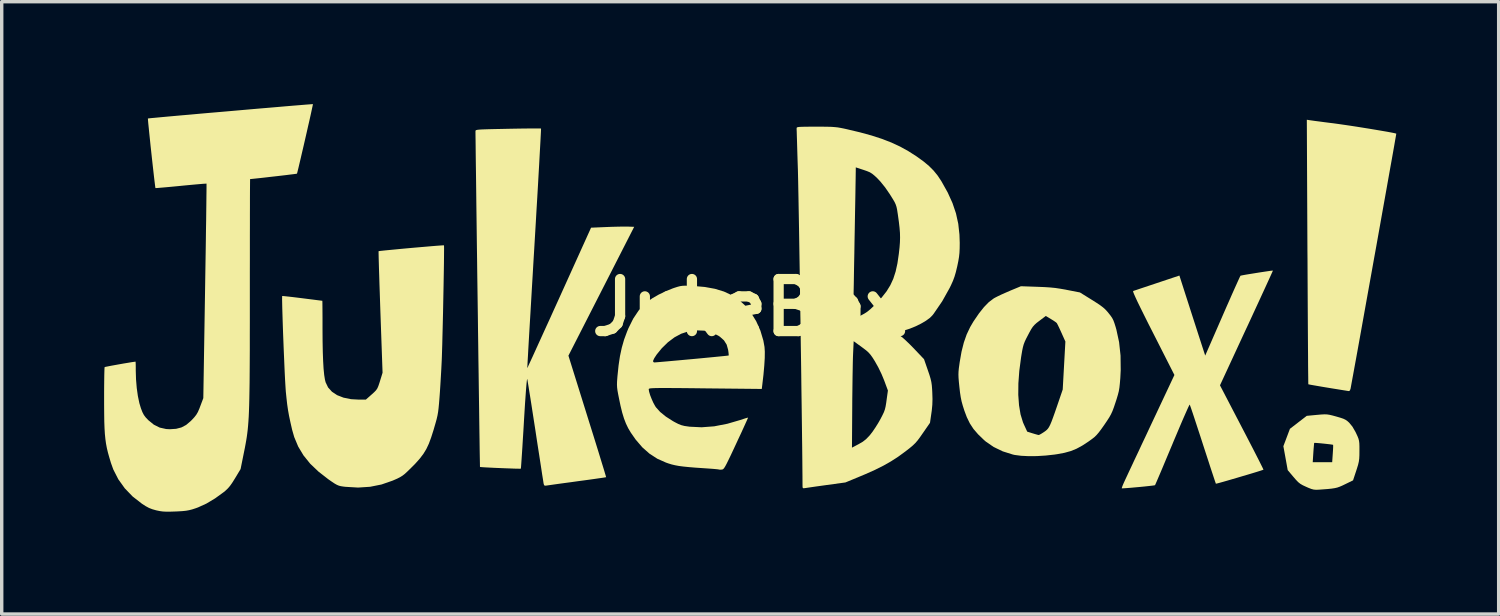
<source format=kicad_pcb>
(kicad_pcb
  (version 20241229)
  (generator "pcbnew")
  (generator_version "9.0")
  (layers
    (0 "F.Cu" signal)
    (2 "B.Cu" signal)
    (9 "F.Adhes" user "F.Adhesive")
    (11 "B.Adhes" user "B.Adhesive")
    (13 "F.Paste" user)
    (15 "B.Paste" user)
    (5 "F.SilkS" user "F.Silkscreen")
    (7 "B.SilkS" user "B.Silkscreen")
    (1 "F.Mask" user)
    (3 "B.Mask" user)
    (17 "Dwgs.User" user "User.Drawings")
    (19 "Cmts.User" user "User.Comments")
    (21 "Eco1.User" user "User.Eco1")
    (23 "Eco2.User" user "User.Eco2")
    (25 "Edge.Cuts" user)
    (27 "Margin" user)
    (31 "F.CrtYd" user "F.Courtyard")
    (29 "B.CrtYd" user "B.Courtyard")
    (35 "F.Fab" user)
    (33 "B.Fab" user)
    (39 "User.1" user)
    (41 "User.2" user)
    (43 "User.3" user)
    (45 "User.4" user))
  (footprint "JukeBox"
    (layer "F.Cu")
    (at 18.925 5.959)
    (property "Reference" "JukeBox" (at 0 0 0) (layer "F.SilkS") (effects (font (size 1.524 1.524) (thickness 0.3))))
    (attr board_only exclude_from_pos_files exclude_from_bom)
    (fp_poly (pts (xy 16.897 3.131) (xy 16.971 3.142) (xy 17.061 3.163) (xy 17.167 3.192) (xy 17.291 3.228) (xy 17.379 3.258) (xy 17.443 3.289) (xy 17.497 3.327) (xy 17.547 3.372) (xy 17.643 3.488) (xy 17.734 3.645) (xy 17.753 3.685) (xy 17.794 3.773) (xy 17.821 3.842) (xy 17.837 3.905) (xy 17.846 3.977) (xy 17.849 4.07) (xy 17.849 4.193) (xy 17.848 4.327) (xy 17.843 4.428) (xy 17.831 4.516) (xy 17.81 4.606) (xy 17.776 4.717) (xy 17.756 4.779) (xy 17.662 5.063) (xy 17.428 5.177) (xy 17.341 5.219) (xy 17.268 5.25) (xy 17.199 5.274) (xy 17.124 5.291) (xy 17.033 5.305) (xy 16.917 5.317) (xy 16.767 5.328) (xy 16.661 5.336) (xy 16.578 5.339) (xy 16.51 5.333) (xy 16.44 5.315) (xy 16.351 5.28) (xy 16.292 5.254) (xy 16.193 5.208) (xy 16.118 5.165) (xy 16.054 5.114) (xy 15.987 5.044) (xy 15.916 4.962) (xy 15.748 4.763) (xy 15.706 4.53) (xy 16.481 4.53) (xy 17.051 4.53) (xy 17.068 4.281) (xy 17.075 4.175) (xy 17.079 4.09) (xy 17.079 4.036) (xy 17.077 4.022) (xy 17.05 4.016) (xy 16.987 4.007) (xy 16.899 3.997) (xy 16.799 3.986) (xy 16.699 3.976) (xy 16.612 3.969) (xy 16.55 3.965) (xy 16.524 3.966) (xy 16.52 3.992) (xy 16.514 4.058) (xy 16.506 4.152) (xy 16.499 4.252) (xy 16.481 4.53) (xy 15.706 4.53) (xy 15.621 4.062) (xy 15.813 3.553) (xy 16.059 3.363) (xy 16.306 3.173) (xy 16.601 3.145) (xy 16.727 3.134) (xy 16.821 3.129)) (stroke (width 0) (type solid)) (fill yes) (layer "F.SilkS"))
    (fp_poly (pts (xy 16.404 -5.486) (xy 16.456 -5.479) (xy 16.548 -5.466) (xy 16.673 -5.45) (xy 16.822 -5.43) (xy 16.988 -5.409) (xy 17.094 -5.396) (xy 17.231 -5.377) (xy 17.391 -5.354) (xy 17.569 -5.328) (xy 17.759 -5.299) (xy 17.953 -5.268) (xy 18.146 -5.237) (xy 18.331 -5.206) (xy 18.502 -5.177) (xy 18.653 -5.151) (xy 18.777 -5.128) (xy 18.868 -5.11) (xy 18.919 -5.097) (xy 18.928 -5.094) (xy 18.925 -5.069) (xy 18.913 -4.999) (xy 18.893 -4.887) (xy 18.867 -4.736) (xy 18.834 -4.548) (xy 18.795 -4.329) (xy 18.75 -4.079) (xy 18.701 -3.804) (xy 18.648 -3.505) (xy 18.591 -3.187) (xy 18.531 -2.852) (xy 18.469 -2.504) (xy 18.405 -2.145) (xy 18.34 -1.78) (xy 18.273 -1.411) (xy 18.207 -1.041) (xy 18.141 -0.674) (xy 18.076 -0.313) (xy 18.013 0.038) (xy 17.952 0.378) (xy 17.894 0.702) (xy 17.839 1.007) (xy 17.788 1.29) (xy 17.741 1.548) (xy 17.699 1.777) (xy 17.663 1.975) (xy 17.633 2.138) (xy 17.61 2.263) (xy 17.595 2.346) (xy 17.588 2.383) (xy 17.568 2.431) (xy 17.544 2.448) (xy 17.512 2.444) (xy 17.439 2.432) (xy 17.331 2.415) (xy 17.196 2.393) (xy 17.04 2.368) (xy 16.937 2.351) (xy 16.774 2.324) (xy 16.629 2.299) (xy 16.507 2.278) (xy 16.416 2.262) (xy 16.363 2.251) (xy 16.352 2.248) (xy 16.351 2.223) (xy 16.35 2.151) (xy 16.349 2.035) (xy 16.347 1.877) (xy 16.345 1.68) (xy 16.344 1.447) (xy 16.342 1.181) (xy 16.34 0.884) (xy 16.338 0.558) (xy 16.336 0.207) (xy 16.334 -0.167) (xy 16.332 -0.562) (xy 16.33 -0.974) (xy 16.328 -1.401) (xy 16.326 -1.63) (xy 16.308 -5.501)) (stroke (width 0) (type solid)) (fill yes) (layer "F.SilkS"))
    (fp_poly (pts (xy 15.314 -1.082) (xy 15.305 -1.059) (xy 15.276 -0.995) (xy 15.23 -0.893) (xy 15.168 -0.757) (xy 15.091 -0.589) (xy 15.001 -0.394) (xy 14.901 -0.176) (xy 14.79 0.064) (xy 14.672 0.32) (xy 14.547 0.59) (xy 14.541 0.601) (xy 13.764 2.279) (xy 14.405 3.51) (xy 14.524 3.738) (xy 14.635 3.953) (xy 14.737 4.15) (xy 14.827 4.326) (xy 14.904 4.477) (xy 14.965 4.599) (xy 15.009 4.687) (xy 15.033 4.739) (xy 15.038 4.75) (xy 15.012 4.76) (xy 14.946 4.782) (xy 14.847 4.813) (xy 14.723 4.851) (xy 14.58 4.894) (xy 14.427 4.939) (xy 14.269 4.986) (xy 14.115 5.031) (xy 13.971 5.073) (xy 13.845 5.109) (xy 13.744 5.137) (xy 13.675 5.155) (xy 13.645 5.161) (xy 13.644 5.161) (xy 13.635 5.136) (xy 13.612 5.069) (xy 13.577 4.964) (xy 13.531 4.825) (xy 13.476 4.658) (xy 13.414 4.466) (xy 13.345 4.255) (xy 13.271 4.028) (xy 13.264 4.006) (xy 13.19 3.777) (xy 13.12 3.564) (xy 13.056 3.369) (xy 13 3.198) (xy 12.952 3.055) (xy 12.915 2.945) (xy 12.889 2.873) (xy 12.877 2.843) (xy 12.877 2.842) (xy 12.865 2.861) (xy 12.835 2.921) (xy 12.791 3.019) (xy 12.733 3.15) (xy 12.663 3.31) (xy 12.584 3.495) (xy 12.497 3.701) (xy 12.403 3.923) (xy 12.369 4.006) (xy 12.273 4.234) (xy 12.183 4.448) (xy 12.101 4.645) (xy 12.028 4.818) (xy 11.965 4.965) (xy 11.916 5.08) (xy 11.881 5.16) (xy 11.863 5.2) (xy 11.861 5.204) (xy 11.834 5.21) (xy 11.768 5.219) (xy 11.67 5.23) (xy 11.55 5.243) (xy 11.418 5.256) (xy 11.282 5.268) (xy 11.153 5.28) (xy 11.038 5.289) (xy 10.947 5.295) (xy 10.889 5.298) (xy 10.888 5.298) (xy 10.89 5.277) (xy 10.909 5.222) (xy 10.943 5.142) (xy 10.965 5.094) (xy 10.992 5.035) (xy 11.038 4.937) (xy 11.101 4.802) (xy 11.179 4.636) (xy 11.269 4.443) (xy 11.371 4.228) (xy 11.48 3.994) (xy 11.597 3.747) (xy 11.717 3.49) (xy 11.744 3.433) (xy 12.429 1.976) (xy 11.808 0.753) (xy 11.659 0.46) (xy 11.534 0.209) (xy 11.43 -0.001) (xy 11.347 -0.171) (xy 11.286 -0.303) (xy 11.244 -0.398) (xy 11.222 -0.457) (xy 11.218 -0.482) (xy 11.219 -0.483) (xy 11.25 -0.494) (xy 11.322 -0.518) (xy 11.428 -0.554) (xy 11.563 -0.599) (xy 11.719 -0.651) (xy 11.89 -0.708) (xy 11.913 -0.716) (xy 12.575 -0.937) (xy 12.763 -0.351) (xy 12.831 -0.141) (xy 12.907 0.097) (xy 12.987 0.345) (xy 13.065 0.586) (xy 13.134 0.8) (xy 13.141 0.822) (xy 13.331 1.408) (xy 13.839 0.244) (xy 13.937 0.019) (xy 14.031 -0.193) (xy 14.116 -0.387) (xy 14.192 -0.557) (xy 14.257 -0.701) (xy 14.308 -0.814) (xy 14.344 -0.892) (xy 14.363 -0.929) (xy 14.365 -0.932) (xy 14.394 -0.939) (xy 14.461 -0.952) (xy 14.558 -0.969) (xy 14.676 -0.988) (xy 14.806 -1.009) (xy 14.937 -1.03) (xy 15.062 -1.049) (xy 15.171 -1.065) (xy 15.255 -1.077) (xy 15.305 -1.082)) (stroke (width 0) (type solid)) (fill yes) (layer "F.SilkS"))
    (fp_poly (pts (xy 8.417 -0.607) (xy 8.62 -0.599) (xy 8.789 -0.588) (xy 8.94 -0.573) (xy 9.087 -0.551) (xy 9.248 -0.523) (xy 9.28 -0.516) (xy 9.661 -0.442) (xy 10.011 -0.225) (xy 10.15 -0.137) (xy 10.256 -0.066) (xy 10.338 -0.004) (xy 10.404 0.055) (xy 10.464 0.12) (xy 10.501 0.165) (xy 10.561 0.241) (xy 10.606 0.307) (xy 10.641 0.375) (xy 10.672 0.458) (xy 10.707 0.569) (xy 10.729 0.647) (xy 10.808 1.012) (xy 10.851 1.407) (xy 10.856 1.833) (xy 10.844 2.069) (xy 10.831 2.223) (xy 10.818 2.345) (xy 10.8 2.451) (xy 10.773 2.557) (xy 10.736 2.681) (xy 10.702 2.785) (xy 10.655 2.925) (xy 10.614 3.034) (xy 10.571 3.127) (xy 10.521 3.217) (xy 10.455 3.319) (xy 10.369 3.446) (xy 10.281 3.57) (xy 10.211 3.662) (xy 10.15 3.733) (xy 10.089 3.793) (xy 10.017 3.85) (xy 9.926 3.915) (xy 9.916 3.923) (xy 9.731 4.044) (xy 9.562 4.136) (xy 9.392 4.205) (xy 9.208 4.256) (xy 8.993 4.296) (xy 8.92 4.307) (xy 8.658 4.336) (xy 8.401 4.352) (xy 8.157 4.354) (xy 7.938 4.343) (xy 7.753 4.319) (xy 7.698 4.307) (xy 7.402 4.214) (xy 7.135 4.086) (xy 6.903 3.926) (xy 6.849 3.879) (xy 6.678 3.714) (xy 6.543 3.557) (xy 6.436 3.394) (xy 6.347 3.211) (xy 6.275 3.019) (xy 6.229 2.874) (xy 6.194 2.748) (xy 6.169 2.625) (xy 6.159 2.559) (xy 7.855 2.559) (xy 7.877 2.863) (xy 7.922 3.132) (xy 7.992 3.361) (xy 8.02 3.426) (xy 8.117 3.636) (xy 8.273 3.685) (xy 8.357 3.71) (xy 8.422 3.728) (xy 8.454 3.735) (xy 8.486 3.722) (xy 8.545 3.688) (xy 8.613 3.644) (xy 8.656 3.613) (xy 8.693 3.582) (xy 8.726 3.545) (xy 8.758 3.496) (xy 8.791 3.431) (xy 8.828 3.344) (xy 8.871 3.229) (xy 8.924 3.081) (xy 8.989 2.893) (xy 9.024 2.791) (xy 9.157 2.402) (xy 9.196 1.699) (xy 9.235 0.996) (xy 9.12 0.74) (xy 9.072 0.634) (xy 9.029 0.544) (xy 8.997 0.48) (xy 8.982 0.454) (xy 8.95 0.427) (xy 8.889 0.385) (xy 8.811 0.337) (xy 8.81 0.336) (xy 8.661 0.247) (xy 8.472 0.39) (xy 8.39 0.453) (xy 8.33 0.508) (xy 8.28 0.565) (xy 8.233 0.636) (xy 8.179 0.733) (xy 8.141 0.806) (xy 8.085 0.913) (xy 8.045 0.998) (xy 8.015 1.076) (xy 7.992 1.158) (xy 7.971 1.257) (xy 7.949 1.386) (xy 7.937 1.462) (xy 7.885 1.855) (xy 7.858 2.222) (xy 7.855 2.559) (xy 6.159 2.559) (xy 6.148 2.487) (xy 6.129 2.319) (xy 6.114 2.171) (xy 6.105 2.057) (xy 6.102 1.963) (xy 6.105 1.875) (xy 6.114 1.778) (xy 6.131 1.658) (xy 6.14 1.594) (xy 6.193 1.291) (xy 6.26 1.026) (xy 6.343 0.789) (xy 6.447 0.57) (xy 6.541 0.41) (xy 6.702 0.174) (xy 6.853 -0.016) (xy 6.996 -0.162) (xy 7.135 -0.266) (xy 7.164 -0.283) (xy 7.247 -0.326) (xy 7.36 -0.38) (xy 7.491 -0.438) (xy 7.622 -0.495) (xy 7.624 -0.496) (xy 7.933 -0.624)) (stroke (width 0) (type solid)) (fill yes) (layer "F.SilkS"))
    (fp_poly (pts (xy -8.969 -1.823) (xy -8.967 -1.796) (xy -8.966 -1.725) (xy -8.967 -1.614) (xy -8.968 -1.468) (xy -8.97 -1.292) (xy -8.973 -1.09) (xy -8.977 -0.868) (xy -8.981 -0.63) (xy -8.986 -0.381) (xy -8.991 -0.126) (xy -8.996 0.131) (xy -9.002 0.384) (xy -9.008 0.628) (xy -9.014 0.86) (xy -9.019 1.073) (xy -9.025 1.264) (xy -9.03 1.427) (xy -9.035 1.558) (xy -9.037 1.597) (xy -9.047 1.799) (xy -9.06 2.026) (xy -9.074 2.257) (xy -9.088 2.474) (xy -9.1 2.637) (xy -9.114 2.81) (xy -9.127 2.946) (xy -9.141 3.059) (xy -9.159 3.162) (xy -9.183 3.267) (xy -9.216 3.386) (xy -9.259 3.534) (xy -9.273 3.583) (xy -9.344 3.805) (xy -9.412 3.989) (xy -9.486 4.146) (xy -9.572 4.287) (xy -9.676 4.424) (xy -9.804 4.568) (xy -9.931 4.696) (xy -10.034 4.797) (xy -10.113 4.87) (xy -10.182 4.924) (xy -10.252 4.968) (xy -10.334 5.01) (xy -10.441 5.057) (xy -10.479 5.073) (xy -10.799 5.184) (xy -11.133 5.251) (xy -11.485 5.274) (xy -11.857 5.252) (xy -11.915 5.245) (xy -11.986 5.234) (xy -12.046 5.219) (xy -12.106 5.194) (xy -12.175 5.155) (xy -12.265 5.095) (xy -12.361 5.028) (xy -12.647 4.805) (xy -12.888 4.575) (xy -13.084 4.332) (xy -13.239 4.074) (xy -13.355 3.797) (xy -13.417 3.582) (xy -13.467 3.363) (xy -13.507 3.175) (xy -13.538 3.002) (xy -13.563 2.829) (xy -13.584 2.639) (xy -13.602 2.463) (xy -13.608 2.376) (xy -13.616 2.251) (xy -13.625 2.096) (xy -13.634 1.915) (xy -13.643 1.713) (xy -13.652 1.497) (xy -13.662 1.27) (xy -13.671 1.04) (xy -13.68 0.811) (xy -13.688 0.588) (xy -13.695 0.377) (xy -13.701 0.183) (xy -13.706 0.012) (xy -13.709 -0.13) (xy -13.711 -0.24) (xy -13.71 -0.311) (xy -13.708 -0.337) (xy -13.682 -0.337) (xy -13.614 -0.33) (xy -13.511 -0.319) (xy -13.379 -0.304) (xy -13.225 -0.285) (xy -13.119 -0.272) (xy -12.956 -0.251) (xy -12.81 -0.233) (xy -12.688 -0.217) (xy -12.597 -0.206) (xy -12.544 -0.199) (xy -12.533 -0.198) (xy -12.531 -0.174) (xy -12.53 -0.107) (xy -12.529 -0.001) (xy -12.528 0.136) (xy -12.527 0.301) (xy -12.527 0.485) (xy -12.527 0.618) (xy -12.525 0.982) (xy -12.519 1.298) (xy -12.509 1.567) (xy -12.496 1.792) (xy -12.478 1.973) (xy -12.456 2.112) (xy -12.436 2.191) (xy -12.364 2.341) (xy -12.25 2.467) (xy -12.099 2.567) (xy -11.912 2.64) (xy -11.692 2.685) (xy -11.458 2.698) (xy -11.258 2.698) (xy -11.088 2.548) (xy -11.011 2.478) (xy -10.958 2.423) (xy -10.921 2.368) (xy -10.891 2.3) (xy -10.859 2.205) (xy -10.843 2.154) (xy -10.768 1.91) (xy -10.831 0.134) (xy -10.841 -0.158) (xy -10.85 -0.435) (xy -10.859 -0.693) (xy -10.866 -0.929) (xy -10.873 -1.138) (xy -10.878 -1.317) (xy -10.882 -1.462) (xy -10.884 -1.568) (xy -10.885 -1.632) (xy -10.885 -1.65) (xy -10.859 -1.655) (xy -10.79 -1.663) (xy -10.685 -1.674) (xy -10.55 -1.687) (xy -10.392 -1.702) (xy -10.218 -1.719) (xy -10.033 -1.736) (xy -9.844 -1.753) (xy -9.659 -1.769) (xy -9.483 -1.784) (xy -9.322 -1.798) (xy -9.184 -1.809) (xy -9.075 -1.817) (xy -9.001 -1.822) (xy -8.97 -1.823)) (stroke (width 0) (type solid)) (fill yes) (layer "F.SilkS"))
    (fp_poly (pts (xy -1.813 -0.638) (xy -1.679 -0.632) (xy -1.664 -0.632) (xy -1.327 -0.602) (xy -1.029 -0.548) (xy -0.767 -0.468) (xy -0.535 -0.36) (xy -0.328 -0.223) (xy -0.158 -0.069) (xy 0.023 0.149) (xy 0.178 0.402) (xy 0.301 0.678) (xy 0.387 0.967) (xy 0.421 1.154) (xy 0.43 1.293) (xy 0.428 1.477) (xy 0.414 1.705) (xy 0.39 1.973) (xy 0.356 2.263) (xy 0.341 2.385) (xy -1.315 2.368) (xy -1.642 2.364) (xy -1.922 2.361) (xy -2.16 2.359) (xy -2.36 2.358) (xy -2.523 2.358) (xy -2.655 2.358) (xy -2.757 2.359) (xy -2.835 2.362) (xy -2.892 2.365) (xy -2.93 2.369) (xy -2.953 2.375) (xy -2.965 2.382) (xy -2.97 2.39) (xy -2.971 2.396) (xy -2.959 2.468) (xy -2.929 2.568) (xy -2.885 2.68) (xy -2.835 2.792) (xy -2.783 2.886) (xy -2.759 2.923) (xy -2.636 3.059) (xy -2.469 3.195) (xy -2.261 3.328) (xy -2.203 3.36) (xy -2.104 3.411) (xy -2.018 3.445) (xy -1.925 3.469) (xy -1.808 3.486) (xy -1.772 3.491) (xy -1.422 3.508) (xy -1.053 3.48) (xy -0.667 3.405) (xy -0.287 3.294) (xy -0.191 3.262) (xy -0.115 3.238) (xy -0.069 3.226) (xy -0.061 3.225) (xy -0.07 3.248) (xy -0.097 3.31) (xy -0.141 3.407) (xy -0.198 3.533) (xy -0.267 3.684) (xy -0.346 3.852) (xy -0.408 3.986) (xy -0.503 4.19) (xy -0.58 4.354) (xy -0.642 4.481) (xy -0.69 4.578) (xy -0.727 4.647) (xy -0.756 4.694) (xy -0.78 4.724) (xy -0.8 4.739) (xy -0.82 4.746) (xy -0.833 4.748) (xy -0.888 4.75) (xy -0.917 4.745) (xy -0.944 4.74) (xy -1.013 4.733) (xy -1.115 4.724) (xy -1.242 4.715) (xy -1.374 4.706) (xy -1.608 4.69) (xy -1.799 4.674) (xy -1.957 4.658) (xy -2.088 4.641) (xy -2.2 4.62) (xy -2.301 4.596) (xy -2.398 4.566) (xy -2.466 4.542) (xy -2.718 4.43) (xy -2.947 4.282) (xy -3.159 4.095) (xy -3.356 3.865) (xy -3.496 3.664) (xy -3.573 3.534) (xy -3.638 3.399) (xy -3.695 3.251) (xy -3.748 3.078) (xy -3.798 2.873) (xy -3.837 2.686) (xy -3.866 2.541) (xy -3.886 2.431) (xy -3.897 2.343) (xy -3.901 2.261) (xy -3.899 2.173) (xy -3.891 2.066) (xy -3.886 2.005) (xy -3.854 1.696) (xy -3.833 1.554) (xy -2.841 1.554) (xy -2.839 1.596) (xy -2.804 1.609) (xy -2.77 1.606) (xy -2.693 1.6) (xy -2.577 1.59) (xy -2.428 1.577) (xy -2.251 1.561) (xy -2.051 1.543) (xy -1.833 1.523) (xy -1.699 1.511) (xy -1.475 1.49) (xy -1.267 1.47) (xy -1.08 1.452) (xy -0.918 1.436) (xy -0.787 1.423) (xy -0.693 1.413) (xy -0.639 1.407) (xy -0.629 1.405) (xy -0.628 1.378) (xy -0.634 1.316) (xy -0.645 1.238) (xy -0.688 1.086) (xy -0.767 0.961) (xy -0.886 0.855) (xy -0.935 0.823) (xy -1.129 0.729) (xy -1.338 0.678) (xy -1.565 0.669) (xy -1.815 0.702) (xy -1.829 0.705) (xy -2.021 0.768) (xy -2.216 0.873) (xy -2.408 1.017) (xy -2.588 1.193) (xy -2.738 1.377) (xy -2.807 1.482) (xy -2.841 1.554) (xy -3.833 1.554) (xy -3.813 1.423) (xy -3.76 1.176) (xy -3.693 0.941) (xy -3.607 0.709) (xy -3.566 0.609) (xy -3.426 0.327) (xy -3.268 0.09) (xy -3.091 -0.103) (xy -3.017 -0.165) (xy -2.864 -0.272) (xy -2.678 -0.379) (xy -2.472 -0.478) (xy -2.264 -0.562) (xy -2.208 -0.581) (xy -2.123 -0.608) (xy -2.054 -0.626) (xy -1.987 -0.636) (xy -1.911 -0.64)) (stroke (width 0) (type solid)) (fill yes) (layer "F.SilkS"))
    (fp_poly (pts (xy -6.164 -5.246) (xy -6.128 -5.244) (xy -6.126 -5.243) (xy -6.126 -5.218) (xy -6.129 -5.146) (xy -6.135 -5.03) (xy -6.143 -4.873) (xy -6.154 -4.677) (xy -6.167 -4.446) (xy -6.181 -4.183) (xy -6.198 -3.89) (xy -6.216 -3.569) (xy -6.236 -3.224) (xy -6.258 -2.858) (xy -6.28 -2.473) (xy -6.304 -2.072) (xy -6.324 -1.732) (xy -6.349 -1.32) (xy -6.372 -0.922) (xy -6.395 -0.54) (xy -6.416 -0.178) (xy -6.436 0.162) (xy -6.455 0.478) (xy -6.472 0.765) (xy -6.487 1.023) (xy -6.5 1.247) (xy -6.51 1.435) (xy -6.519 1.584) (xy -6.524 1.692) (xy -6.528 1.756) (xy -6.528 1.773) (xy -6.517 1.752) (xy -6.488 1.688) (xy -6.441 1.586) (xy -6.377 1.448) (xy -6.3 1.278) (xy -6.209 1.078) (xy -6.106 0.852) (xy -5.993 0.603) (xy -5.87 0.335) (xy -5.741 0.049) (xy -5.605 -0.25) (xy -5.591 -0.281) (xy -4.66 -2.339) (xy -4.217 -2.358) (xy -4.058 -2.364) (xy -3.9 -2.368) (xy -3.757 -2.371) (xy -3.642 -2.371) (xy -3.586 -2.371) (xy -3.397 -2.364) (xy -4.36 -0.477) (xy -5.323 1.41) (xy -4.768 3.187) (xy -4.679 3.472) (xy -4.594 3.743) (xy -4.515 3.997) (xy -4.443 4.229) (xy -4.38 4.436) (xy -4.325 4.615) (xy -4.28 4.761) (xy -4.247 4.872) (xy -4.226 4.943) (xy -4.219 4.97) (xy -4.219 4.97) (xy -4.245 4.975) (xy -4.313 4.986) (xy -4.419 5.001) (xy -4.557 5.021) (xy -4.721 5.044) (xy -4.905 5.069) (xy -5.041 5.087) (xy -5.24 5.115) (xy -5.427 5.14) (xy -5.596 5.163) (xy -5.739 5.183) (xy -5.851 5.199) (xy -5.923 5.209) (xy -5.946 5.213) (xy -6.007 5.219) (xy -6.035 5.206) (xy -6.049 5.161) (xy -6.052 5.145) (xy -6.058 5.106) (xy -6.071 5.023) (xy -6.091 4.9) (xy -6.115 4.741) (xy -6.144 4.552) (xy -6.177 4.337) (xy -6.214 4.101) (xy -6.253 3.848) (xy -6.288 3.614) (xy -6.329 3.351) (xy -6.368 3.1) (xy -6.404 2.867) (xy -6.437 2.656) (xy -6.467 2.471) (xy -6.491 2.318) (xy -6.511 2.201) (xy -6.524 2.124) (xy -6.53 2.094) (xy -6.535 2.101) (xy -6.543 2.156) (xy -6.553 2.256) (xy -6.565 2.399) (xy -6.578 2.583) (xy -6.594 2.806) (xy -6.61 3.065) (xy -6.628 3.359) (xy -6.628 3.366) (xy -6.643 3.619) (xy -6.658 3.857) (xy -6.671 4.075) (xy -6.684 4.269) (xy -6.695 4.434) (xy -6.704 4.566) (xy -6.711 4.66) (xy -6.716 4.712) (xy -6.717 4.72) (xy -6.743 4.722) (xy -6.811 4.721) (xy -6.911 4.719) (xy -7.035 4.714) (xy -7.176 4.709) (xy -7.324 4.703) (xy -7.472 4.697) (xy -7.611 4.69) (xy -7.733 4.684) (xy -7.83 4.678) (xy -7.893 4.673) (xy -7.914 4.67) (xy -7.915 4.645) (xy -7.916 4.574) (xy -7.918 4.459) (xy -7.921 4.303) (xy -7.924 4.109) (xy -7.927 3.88) (xy -7.931 3.618) (xy -7.935 3.327) (xy -7.939 3.01) (xy -7.944 2.669) (xy -7.949 2.307) (xy -7.954 1.927) (xy -7.96 1.531) (xy -7.965 1.124) (xy -7.971 0.708) (xy -7.976 0.284) (xy -7.982 -0.142) (xy -7.988 -0.57) (xy -7.994 -0.995) (xy -7.999 -1.415) (xy -8.005 -1.828) (xy -8.01 -2.23) (xy -8.015 -2.618) (xy -8.02 -2.99) (xy -8.024 -3.342) (xy -8.028 -3.672) (xy -8.032 -3.977) (xy -8.036 -4.254) (xy -8.039 -4.501) (xy -8.041 -4.713) (xy -8.043 -4.889) (xy -8.045 -5.026) (xy -8.046 -5.121) (xy -8.046 -5.165) (xy -8.045 -5.178) (xy -8.039 -5.189) (xy -8.024 -5.198) (xy -7.995 -5.205) (xy -7.948 -5.211) (xy -7.877 -5.216) (xy -7.778 -5.22) (xy -7.648 -5.224) (xy -7.48 -5.228) (xy -7.27 -5.232) (xy -7.091 -5.236) (xy -6.879 -5.24) (xy -6.683 -5.243) (xy -6.507 -5.245) (xy -6.359 -5.246) (xy -6.243 -5.246)) (stroke (width 0) (type solid)) (fill yes) (layer "F.SilkS"))
    (fp_poly (pts (xy -12.808 -5.959) (xy -12.812 -5.934) (xy -12.826 -5.867) (xy -12.848 -5.765) (xy -12.877 -5.632) (xy -12.912 -5.475) (xy -12.952 -5.301) (xy -12.994 -5.115) (xy -13.038 -4.923) (xy -13.082 -4.732) (xy -13.125 -4.548) (xy -13.165 -4.376) (xy -13.201 -4.224) (xy -13.231 -4.096) (xy -13.255 -3.999) (xy -13.27 -3.939) (xy -13.276 -3.922) (xy -13.301 -3.917) (xy -13.368 -3.908) (xy -13.468 -3.896) (xy -13.595 -3.88) (xy -13.74 -3.863) (xy -13.896 -3.845) (xy -14.056 -3.827) (xy -14.211 -3.809) (xy -14.353 -3.793) (xy -14.476 -3.78) (xy -14.572 -3.77) (xy -14.632 -3.764) (xy -14.649 -3.763) (xy -14.649 -3.739) (xy -14.65 -3.668) (xy -14.651 -3.553) (xy -14.652 -3.398) (xy -14.653 -3.205) (xy -14.653 -2.977) (xy -14.654 -2.716) (xy -14.654 -2.427) (xy -14.655 -2.112) (xy -14.655 -1.773) (xy -14.655 -1.414) (xy -14.656 -1.037) (xy -14.656 -0.646) (xy -14.656 -0.558) (xy -14.656 -0.039) (xy -14.656 0.434) (xy -14.657 0.863) (xy -14.657 1.251) (xy -14.659 1.6) (xy -14.661 1.914) (xy -14.663 2.194) (xy -14.667 2.444) (xy -14.671 2.667) (xy -14.676 2.866) (xy -14.682 3.042) (xy -14.689 3.199) (xy -14.698 3.34) (xy -14.708 3.467) (xy -14.719 3.583) (xy -14.732 3.691) (xy -14.746 3.793) (xy -14.762 3.893) (xy -14.78 3.994) (xy -14.799 4.097) (xy -14.818 4.191) (xy -14.927 4.732) (xy -15.09 5.003) (xy -15.171 5.132) (xy -15.239 5.228) (xy -15.306 5.305) (xy -15.38 5.374) (xy -15.419 5.406) (xy -15.674 5.591) (xy -15.928 5.743) (xy -16.173 5.855) (xy -16.242 5.88) (xy -16.346 5.914) (xy -16.437 5.937) (xy -16.527 5.953) (xy -16.632 5.964) (xy -16.765 5.972) (xy -16.837 5.975) (xy -16.991 5.98) (xy -17.11 5.98) (xy -17.206 5.975) (xy -17.293 5.963) (xy -17.385 5.944) (xy -17.399 5.941) (xy -17.512 5.909) (xy -17.61 5.871) (xy -17.71 5.817) (xy -17.819 5.746) (xy -18.09 5.535) (xy -18.32 5.296) (xy -18.509 5.032) (xy -18.656 4.744) (xy -18.725 4.552) (xy -18.772 4.395) (xy -18.812 4.253) (xy -18.844 4.12) (xy -18.869 3.988) (xy -18.888 3.851) (xy -18.903 3.701) (xy -18.913 3.533) (xy -18.92 3.339) (xy -18.923 3.112) (xy -18.925 2.845) (xy -18.925 2.719) (xy -18.925 2.506) (xy -18.924 2.309) (xy -18.922 2.132) (xy -18.92 1.983) (xy -18.917 1.865) (xy -18.914 1.785) (xy -18.911 1.748) (xy -18.91 1.746) (xy -18.884 1.738) (xy -18.818 1.725) (xy -18.722 1.706) (xy -18.606 1.685) (xy -18.478 1.662) (xy -18.348 1.639) (xy -18.226 1.619) (xy -18.12 1.601) (xy -18.041 1.59) (xy -18.004 1.585) (xy -18.002 1.608) (xy -17.999 1.67) (xy -17.998 1.762) (xy -17.998 1.851) (xy -17.99 2.106) (xy -17.969 2.358) (xy -17.936 2.593) (xy -17.892 2.802) (xy -17.848 2.948) (xy -17.804 3.063) (xy -17.76 3.148) (xy -17.706 3.22) (xy -17.631 3.299) (xy -17.631 3.299) (xy -17.469 3.431) (xy -17.297 3.517) (xy -17.109 3.559) (xy -17.001 3.565) (xy -16.816 3.553) (xy -16.661 3.513) (xy -16.523 3.44) (xy -16.389 3.327) (xy -16.36 3.298) (xy -16.28 3.212) (xy -16.223 3.138) (xy -16.177 3.059) (xy -16.133 2.957) (xy -16.109 2.893) (xy -16.019 2.654) (xy -15.968 -0.484) (xy -15.962 -0.874) (xy -15.956 -1.25) (xy -15.95 -1.609) (xy -15.945 -1.949) (xy -15.941 -2.266) (xy -15.936 -2.557) (xy -15.933 -2.82) (xy -15.93 -3.051) (xy -15.928 -3.247) (xy -15.926 -3.406) (xy -15.925 -3.525) (xy -15.925 -3.6) (xy -15.925 -3.629) (xy -15.925 -3.63) (xy -15.951 -3.629) (xy -16.02 -3.625) (xy -16.126 -3.616) (xy -16.263 -3.604) (xy -16.425 -3.589) (xy -16.605 -3.572) (xy -16.673 -3.565) (xy -16.859 -3.547) (xy -17.028 -3.531) (xy -17.175 -3.518) (xy -17.292 -3.508) (xy -17.375 -3.501) (xy -17.417 -3.499) (xy -17.421 -3.5) (xy -17.426 -3.526) (xy -17.435 -3.595) (xy -17.448 -3.7) (xy -17.464 -3.835) (xy -17.482 -3.995) (xy -17.502 -4.172) (xy -17.523 -4.361) (xy -17.544 -4.555) (xy -17.565 -4.747) (xy -17.584 -4.933) (xy -17.602 -5.104) (xy -17.617 -5.256) (xy -17.63 -5.381) (xy -17.638 -5.473) (xy -17.642 -5.527) (xy -17.642 -5.538) (xy -17.617 -5.541) (xy -17.546 -5.549) (xy -17.435 -5.559) (xy -17.286 -5.573) (xy -17.104 -5.59) (xy -16.894 -5.609) (xy -16.658 -5.63) (xy -16.402 -5.652) (xy -16.129 -5.677) (xy -15.844 -5.702) (xy -15.55 -5.727) (xy -15.251 -5.753) (xy -14.953 -5.779) (xy -14.658 -5.805) (xy -14.37 -5.83) (xy -14.095 -5.853) (xy -13.836 -5.875) (xy -13.596 -5.896) (xy -13.381 -5.914) (xy -13.194 -5.929) (xy -13.039 -5.942) (xy -12.921 -5.951) (xy -12.843 -5.957) (xy -12.809 -5.959)) (stroke (width 0) (type solid)) (fill yes) (layer "F.SilkS"))
    (fp_poly (pts (xy 2.117 -5.298) (xy 2.264 -5.296) (xy 2.38 -5.293) (xy 2.477 -5.286) (xy 2.564 -5.277) (xy 2.651 -5.262) (xy 2.747 -5.243) (xy 2.836 -5.223) (xy 3.219 -5.132) (xy 3.559 -5.039) (xy 3.863 -4.94) (xy 4.139 -4.833) (xy 4.393 -4.715) (xy 4.632 -4.583) (xy 4.864 -4.435) (xy 4.887 -4.419) (xy 5.082 -4.278) (xy 5.241 -4.145) (xy 5.373 -4.013) (xy 5.489 -3.871) (xy 5.597 -3.709) (xy 5.609 -3.689) (xy 5.789 -3.367) (xy 5.928 -3.06) (xy 6.03 -2.758) (xy 6.097 -2.453) (xy 6.132 -2.134) (xy 6.14 -1.893) (xy 6.138 -1.731) (xy 6.132 -1.601) (xy 6.119 -1.482) (xy 6.098 -1.357) (xy 6.067 -1.207) (xy 6.065 -1.2) (xy 6.026 -1.037) (xy 5.987 -0.904) (xy 5.941 -0.78) (xy 5.88 -0.645) (xy 5.84 -0.565) (xy 5.627 -0.184) (xy 5.378 0.18) (xy 5.343 0.225) (xy 5.265 0.304) (xy 5.149 0.388) (xy 5.006 0.472) (xy 4.846 0.551) (xy 4.681 0.618) (xy 4.598 0.645) (xy 4.492 0.679) (xy 4.404 0.709) (xy 4.344 0.732) (xy 4.325 0.742) (xy 4.332 0.765) (xy 4.372 0.806) (xy 4.429 0.853) (xy 4.491 0.903) (xy 4.577 0.982) (xy 4.677 1.078) (xy 4.781 1.184) (xy 4.824 1.229) (xy 5.094 1.513) (xy 5.207 1.84) (xy 5.254 1.978) (xy 5.286 2.086) (xy 5.308 2.181) (xy 5.322 2.277) (xy 5.331 2.392) (xy 5.336 2.488) (xy 5.342 2.681) (xy 5.337 2.849) (xy 5.321 3.017) (xy 5.31 3.093) (xy 5.269 3.377) (xy 5.059 3.68) (xy 4.974 3.802) (xy 4.905 3.894) (xy 4.839 3.97) (xy 4.768 4.039) (xy 4.679 4.114) (xy 4.561 4.206) (xy 4.548 4.216) (xy 4.34 4.368) (xy 4.128 4.505) (xy 3.903 4.633) (xy 3.655 4.757) (xy 3.372 4.883) (xy 3.246 4.936) (xy 2.792 5.124) (xy 2.244 5.199) (xy 2.08 5.222) (xy 1.928 5.243) (xy 1.797 5.262) (xy 1.694 5.277) (xy 1.629 5.287) (xy 1.615 5.289) (xy 1.56 5.295) (xy 1.539 5.279) (xy 1.535 5.241) (xy 1.534 5.116) (xy 1.533 4.946) (xy 1.531 4.735) (xy 1.529 4.484) (xy 1.526 4.2) (xy 1.525 4.105) (xy 2.983 4.105) (xy 3.178 4.002) (xy 3.299 3.932) (xy 3.395 3.857) (xy 3.489 3.76) (xy 3.518 3.726) (xy 3.591 3.631) (xy 3.674 3.508) (xy 3.756 3.376) (xy 3.811 3.28) (xy 3.873 3.161) (xy 3.917 3.069) (xy 3.947 2.987) (xy 3.968 2.901) (xy 3.986 2.794) (xy 3.996 2.719) (xy 4.036 2.431) (xy 3.926 2.134) (xy 3.849 1.948) (xy 3.757 1.758) (xy 3.662 1.588) (xy 3.659 1.582) (xy 3.588 1.469) (xy 3.529 1.386) (xy 3.471 1.32) (xy 3.401 1.257) (xy 3.308 1.186) (xy 3.268 1.157) (xy 3.033 0.986) (xy 3.016 1.353) (xy 3.012 1.455) (xy 3.008 1.599) (xy 3.005 1.778) (xy 3.001 1.987) (xy 2.998 2.217) (xy 2.995 2.462) (xy 2.992 2.714) (xy 2.991 2.913) (xy 2.983 4.105) (xy 1.525 4.105) (xy 1.522 3.883) (xy 1.518 3.539) (xy 1.513 3.171) (xy 1.508 2.782) (xy 1.502 2.375) (xy 1.497 1.954) (xy 1.491 1.522) (xy 1.484 1.084) (xy 1.478 0.641) (xy 1.474 0.347) (xy 3.02 0.347) (xy 3.237 0.237) (xy 3.343 0.18) (xy 3.434 0.121) (xy 3.522 0.049) (xy 3.621 -0.045) (xy 3.679 -0.103) (xy 3.853 -0.292) (xy 3.994 -0.471) (xy 4.106 -0.652) (xy 4.194 -0.843) (xy 4.262 -1.054) (xy 4.315 -1.294) (xy 4.356 -1.574) (xy 4.358 -1.594) (xy 4.377 -1.763) (xy 4.388 -1.91) (xy 4.392 -2.047) (xy 4.389 -2.186) (xy 4.377 -2.336) (xy 4.357 -2.51) (xy 4.328 -2.719) (xy 4.319 -2.777) (xy 4.304 -2.875) (xy 4.287 -2.951) (xy 4.265 -3.018) (xy 4.233 -3.088) (xy 4.184 -3.172) (xy 4.114 -3.284) (xy 4.098 -3.31) (xy 3.956 -3.517) (xy 3.813 -3.694) (xy 3.733 -3.779) (xy 3.645 -3.862) (xy 3.575 -3.919) (xy 3.508 -3.961) (xy 3.425 -3.996) (xy 3.324 -4.031) (xy 3.095 -4.106) (xy 3.094 -3.99) (xy 3.093 -3.948) (xy 3.092 -3.86) (xy 3.09 -3.73) (xy 3.087 -3.563) (xy 3.084 -3.362) (xy 3.08 -3.132) (xy 3.075 -2.876) (xy 3.07 -2.598) (xy 3.065 -2.303) (xy 3.059 -1.995) (xy 3.057 -1.881) (xy 3.052 -1.569) (xy 3.046 -1.268) (xy 3.041 -0.984) (xy 3.037 -0.72) (xy 3.032 -0.479) (xy 3.029 -0.267) (xy 3.026 -0.088) (xy 3.023 0.056) (xy 3.022 0.16) (xy 3.021 0.219) (xy 3.021 0.229) (xy 3.02 0.347) (xy 1.474 0.347) (xy 1.471 0.199) (xy 1.465 -0.24) (xy 1.458 -0.673) (xy 1.452 -1.095) (xy 1.445 -1.504) (xy 1.439 -1.896) (xy 1.433 -2.267) (xy 1.427 -2.614) (xy 1.421 -2.933) (xy 1.416 -3.222) (xy 1.411 -3.476) (xy 1.407 -3.693) (xy 1.403 -3.868) (xy 1.4 -3.999) (xy 1.399 -4.035) (xy 1.391 -4.273) (xy 1.384 -4.497) (xy 1.378 -4.701) (xy 1.373 -4.88) (xy 1.368 -5.031) (xy 1.365 -5.147) (xy 1.362 -5.223) (xy 1.362 -5.255) (xy 1.365 -5.268) (xy 1.378 -5.279) (xy 1.408 -5.287) (xy 1.46 -5.292) (xy 1.54 -5.295) (xy 1.654 -5.297) (xy 1.808 -5.298) (xy 1.931 -5.298)) (stroke (width 0) (type solid)) (fill yes) (layer "F.SilkS")))
  (gr_rect
    (start -3 -3)
    (end 40.853 14.939)
    (stroke (width 0.1) (type default))
    (fill no)
    (layer "Edge.Cuts")))
</source>
